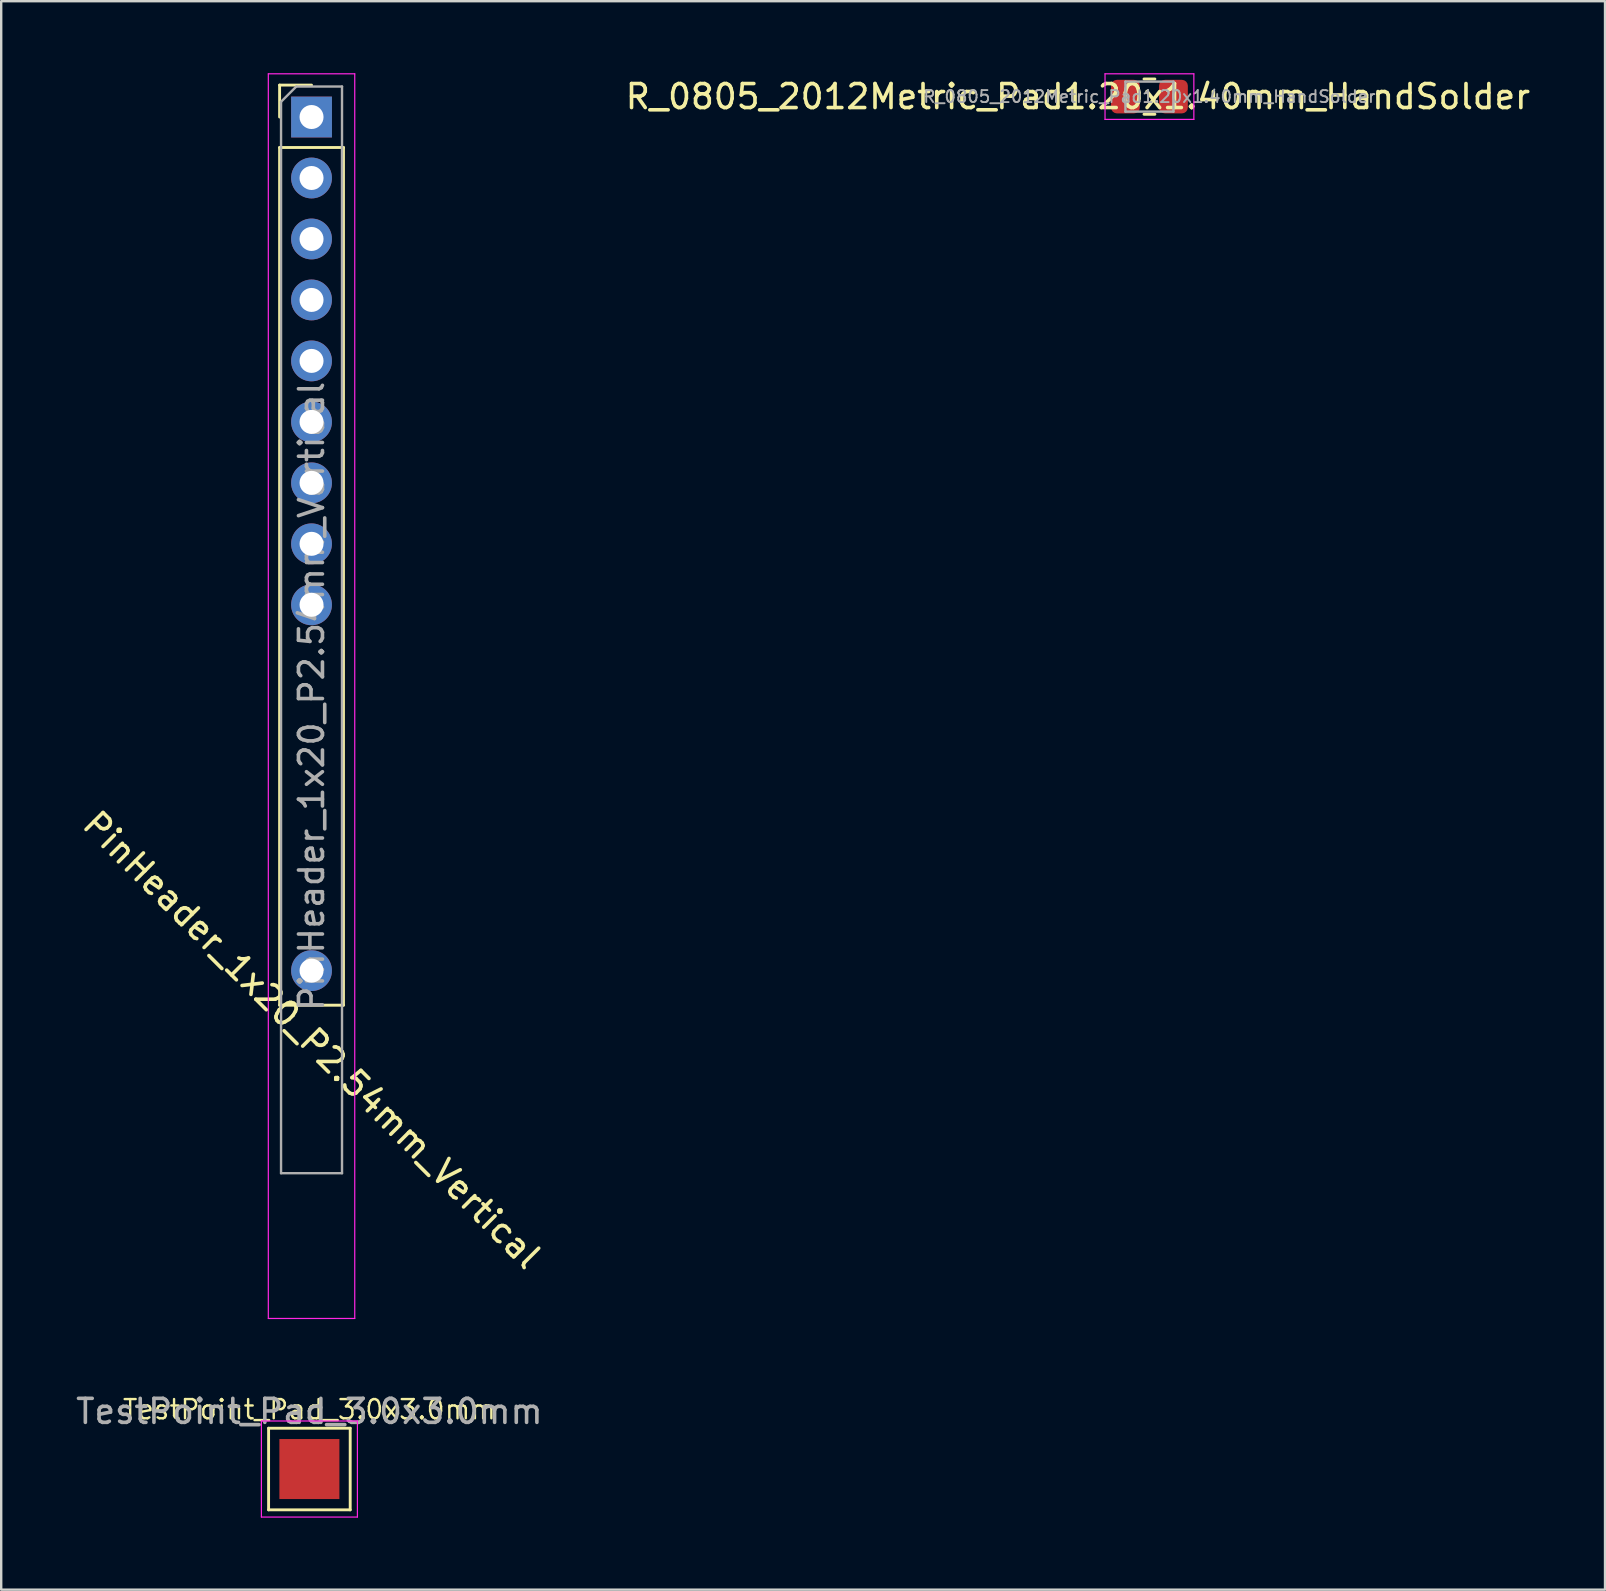
<source format=kicad_pcb>
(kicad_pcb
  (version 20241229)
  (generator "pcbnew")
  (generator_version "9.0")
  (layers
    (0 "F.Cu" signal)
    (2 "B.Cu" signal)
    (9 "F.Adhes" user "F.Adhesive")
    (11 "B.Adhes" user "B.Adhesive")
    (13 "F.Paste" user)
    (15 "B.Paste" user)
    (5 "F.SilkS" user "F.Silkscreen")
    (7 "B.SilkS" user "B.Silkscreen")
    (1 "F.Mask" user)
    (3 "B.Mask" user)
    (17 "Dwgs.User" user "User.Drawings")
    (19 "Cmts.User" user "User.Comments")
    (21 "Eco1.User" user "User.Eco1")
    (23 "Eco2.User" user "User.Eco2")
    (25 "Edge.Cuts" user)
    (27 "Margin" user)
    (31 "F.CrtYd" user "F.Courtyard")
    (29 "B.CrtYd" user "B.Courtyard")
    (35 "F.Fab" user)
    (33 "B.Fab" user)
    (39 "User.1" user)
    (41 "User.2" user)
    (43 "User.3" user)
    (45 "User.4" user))
  (footprint "R_0805_2012Metric_Pad1.20x1.40mm_HandSolder"
    (layer "F.Cu")
    (at 44.834 0.975)
    (property "Reference" "R_0805_2012Metric_Pad1.20x1.40mm_HandSolder" (at -2.98 0 0) (layer "F.SilkS") (effects (font (size 1 1) (thickness 0.15))))
    (attr smd)
    (fp_line (start -0.227 -0.735) (end 0.227 -0.735) (stroke (width 0.12) (type solid)) (layer "F.SilkS"))
    (fp_line (start -0.227 0.735) (end 0.227 0.735) (stroke (width 0.12) (type solid)) (layer "F.SilkS"))
    (fp_line (start -1.85 -0.95) (end 1.85 -0.95) (stroke (width 0.05) (type solid)) (layer "F.CrtYd"))
    (fp_line (start -1.85 0.95) (end -1.85 -0.95) (stroke (width 0.05) (type solid)) (layer "F.CrtYd"))
    (fp_line (start 1.85 -0.95) (end 1.85 0.95) (stroke (width 0.05) (type solid)) (layer "F.CrtYd"))
    (fp_line (start 1.85 0.95) (end -1.85 0.95) (stroke (width 0.05) (type solid)) (layer "F.CrtYd"))
    (fp_line (start -1 -0.625) (end 1 -0.625) (stroke (width 0.1) (type solid)) (layer "F.Fab"))
    (fp_line (start -1 0.625) (end -1 -0.625) (stroke (width 0.1) (type solid)) (layer "F.Fab"))
    (fp_line (start 1 -0.625) (end 1 0.625) (stroke (width 0.1) (type solid)) (layer "F.Fab"))
    (fp_line (start 1 0.625) (end -1 0.625) (stroke (width 0.1) (type solid)) (layer "F.Fab"))
    (fp_text user "${REFERENCE}" (at 0 0 0) (layer "F.Fab") (effects (font (size 0.5 0.5) (thickness 0.08))))
    (pad "1" smd roundrect (at -1 0) (size 1.2 1.4) (layers "F.Cu" "F.Mask" "F.Paste") (roundrect_rratio 0.208))
    (pad "2" smd roundrect (at 1 0) (size 1.2 1.4) (layers "F.Cu" "F.Mask" "F.Paste") (roundrect_rratio 0.208)))
  (footprint "PinHeader_1x20_P2.54mm_Vertical"
    (layer "F.Cu")
    (at 9.928 1.825)
    (property "Reference" "PinHeader_1x20_P2.54mm_Vertical" (at 0.02 38.45 135) (layer "F.SilkS") (effects (font (size 1 1) (thickness 0.15))))
    (attr through_hole exclude_from_pos_files exclude_from_bom dnp)
    (fp_line (start -1.33 -1.33) (end 0 -1.33) (stroke (width 0.12) (type solid)) (layer "F.SilkS"))
    (fp_line (start -1.33 0) (end -1.33 -1.33) (stroke (width 0.12) (type solid)) (layer "F.SilkS"))
    (fp_line (start -1.33 1.27) (end -1.33 37) (stroke (width 0.12) (type solid)) (layer "F.SilkS"))
    (fp_line (start -1.33 1.27) (end 1.33 1.27) (stroke (width 0.12) (type solid)) (layer "F.SilkS"))
    (fp_line (start -1.33 37) (end 1.33 37) (stroke (width 0.12) (type solid)) (layer "F.SilkS"))
    (fp_line (start 1.33 1.27) (end 1.33 37) (stroke (width 0.12) (type solid)) (layer "F.SilkS"))
    (fp_line (start -1.8 -1.8) (end -1.8 50.05) (stroke (width 0.05) (type solid)) (layer "F.CrtYd"))
    (fp_line (start -1.8 50.05) (end 1.8 50.05) (stroke (width 0.05) (type solid)) (layer "F.CrtYd"))
    (fp_line (start 1.8 -1.8) (end -1.8 -1.8) (stroke (width 0.05) (type solid)) (layer "F.CrtYd"))
    (fp_line (start 1.8 50.05) (end 1.8 -1.8) (stroke (width 0.05) (type solid)) (layer "F.CrtYd"))
    (fp_line (start -1.27 -0.635) (end -0.635 -1.27) (stroke (width 0.1) (type solid)) (layer "F.Fab"))
    (fp_line (start -1.27 44) (end -1.27 -0.635) (stroke (width 0.1) (type solid)) (layer "F.Fab"))
    (fp_line (start -0.635 -1.27) (end 1.27 -1.27) (stroke (width 0.1) (type solid)) (layer "F.Fab"))
    (fp_line (start 1.27 -1.27) (end 1.27 44) (stroke (width 0.1) (type solid)) (layer "F.Fab"))
    (fp_line (start 1.27 44) (end -1.27 44) (stroke (width 0.1) (type solid)) (layer "F.Fab"))
    (fp_text user "${REFERENCE}" (at 0 24.13 90) (layer "F.Fab") (effects (font (size 1 1) (thickness 0.15))))
    (pad "1" thru_hole rect (at 0 0) (size 1.7 1.7) (drill 1) (layers "*.Cu" "*.Mask"))
    (pad "2" thru_hole oval (at 0 2.54) (size 1.7 1.7) (drill 1) (layers "*.Cu" "*.Mask"))
    (pad "3" thru_hole oval (at 0 5.08) (size 1.7 1.7) (drill 1) (layers "*.Cu" "*.Mask"))
    (pad "4" thru_hole oval (at 0 7.62) (size 1.7 1.7) (drill 1) (layers "*.Cu" "*.Mask"))
    (pad "5" thru_hole oval (at 0 10.16) (size 1.7 1.7) (drill 1) (layers "*.Cu" "*.Mask"))
    (pad "6" thru_hole oval (at 0 12.7) (size 1.7 1.7) (drill 1) (layers "*.Cu" "*.Mask"))
    (pad "7" thru_hole oval (at 0 15.24) (size 1.7 1.7) (drill 1) (layers "*.Cu" "*.Mask"))
    (pad "8" thru_hole oval (at 0 17.78) (size 1.7 1.7) (drill 1) (layers "*.Cu" "*.Mask"))
    (pad "9" thru_hole oval (at 0 20.32) (size 1.7 1.7) (drill 1) (layers "*.Cu" "*.Mask"))
    (pad "15" thru_hole oval (at 0 35.56) (size 1.7 1.7) (drill 1) (layers "*.Cu" "*.Mask")))
  (footprint "TestPoint_Pad_3.0x3.0mm"
    (layer "F.Cu")
    (at 9.839 58.148)
    (property "Reference" "TestPoint_Pad_3.0x3.0mm" (at 0 -2.48 0) (layer "F.SilkS") (effects (font (size 0.8 0.8) (thickness 0.1) (bold yes))))
    (attr exclude_from_pos_files exclude_from_bom)
    (fp_line (start -1.7 -1.7) (end 1.7 -1.7) (stroke (width 0.12) (type solid)) (layer "F.SilkS"))
    (fp_line (start -1.7 1.7) (end -1.7 -1.7) (stroke (width 0.12) (type solid)) (layer "F.SilkS"))
    (fp_line (start 1.7 -1.7) (end 1.7 1.7) (stroke (width 0.12) (type solid)) (layer "F.SilkS"))
    (fp_line (start 1.7 1.7) (end -1.7 1.7) (stroke (width 0.12) (type solid)) (layer "F.SilkS"))
    (fp_line (start -2 -2) (end -2 2) (stroke (width 0.05) (type solid)) (layer "F.CrtYd"))
    (fp_line (start -2 -2) (end 2 -2) (stroke (width 0.05) (type solid)) (layer "F.CrtYd"))
    (fp_line (start 2 2) (end -2 2) (stroke (width 0.05) (type solid)) (layer "F.CrtYd"))
    (fp_line (start 2 2) (end 2 -2) (stroke (width 0.05) (type solid)) (layer "F.CrtYd"))
    (fp_text user "${REFERENCE}" (at 0 -2.4 0) (layer "F.Fab") (effects (font (size 1 1) (thickness 0.15))))
    (pad "1" smd rect (at 0 0) (size 2.5 2.5) (layers "F.Cu" "F.Mask")))
  (gr_rect
    (start -3 -3)
    (end 63.813 63.173)
    (stroke (width 0.1) (type default))
    (fill no)
    (layer "Edge.Cuts")))
</source>
